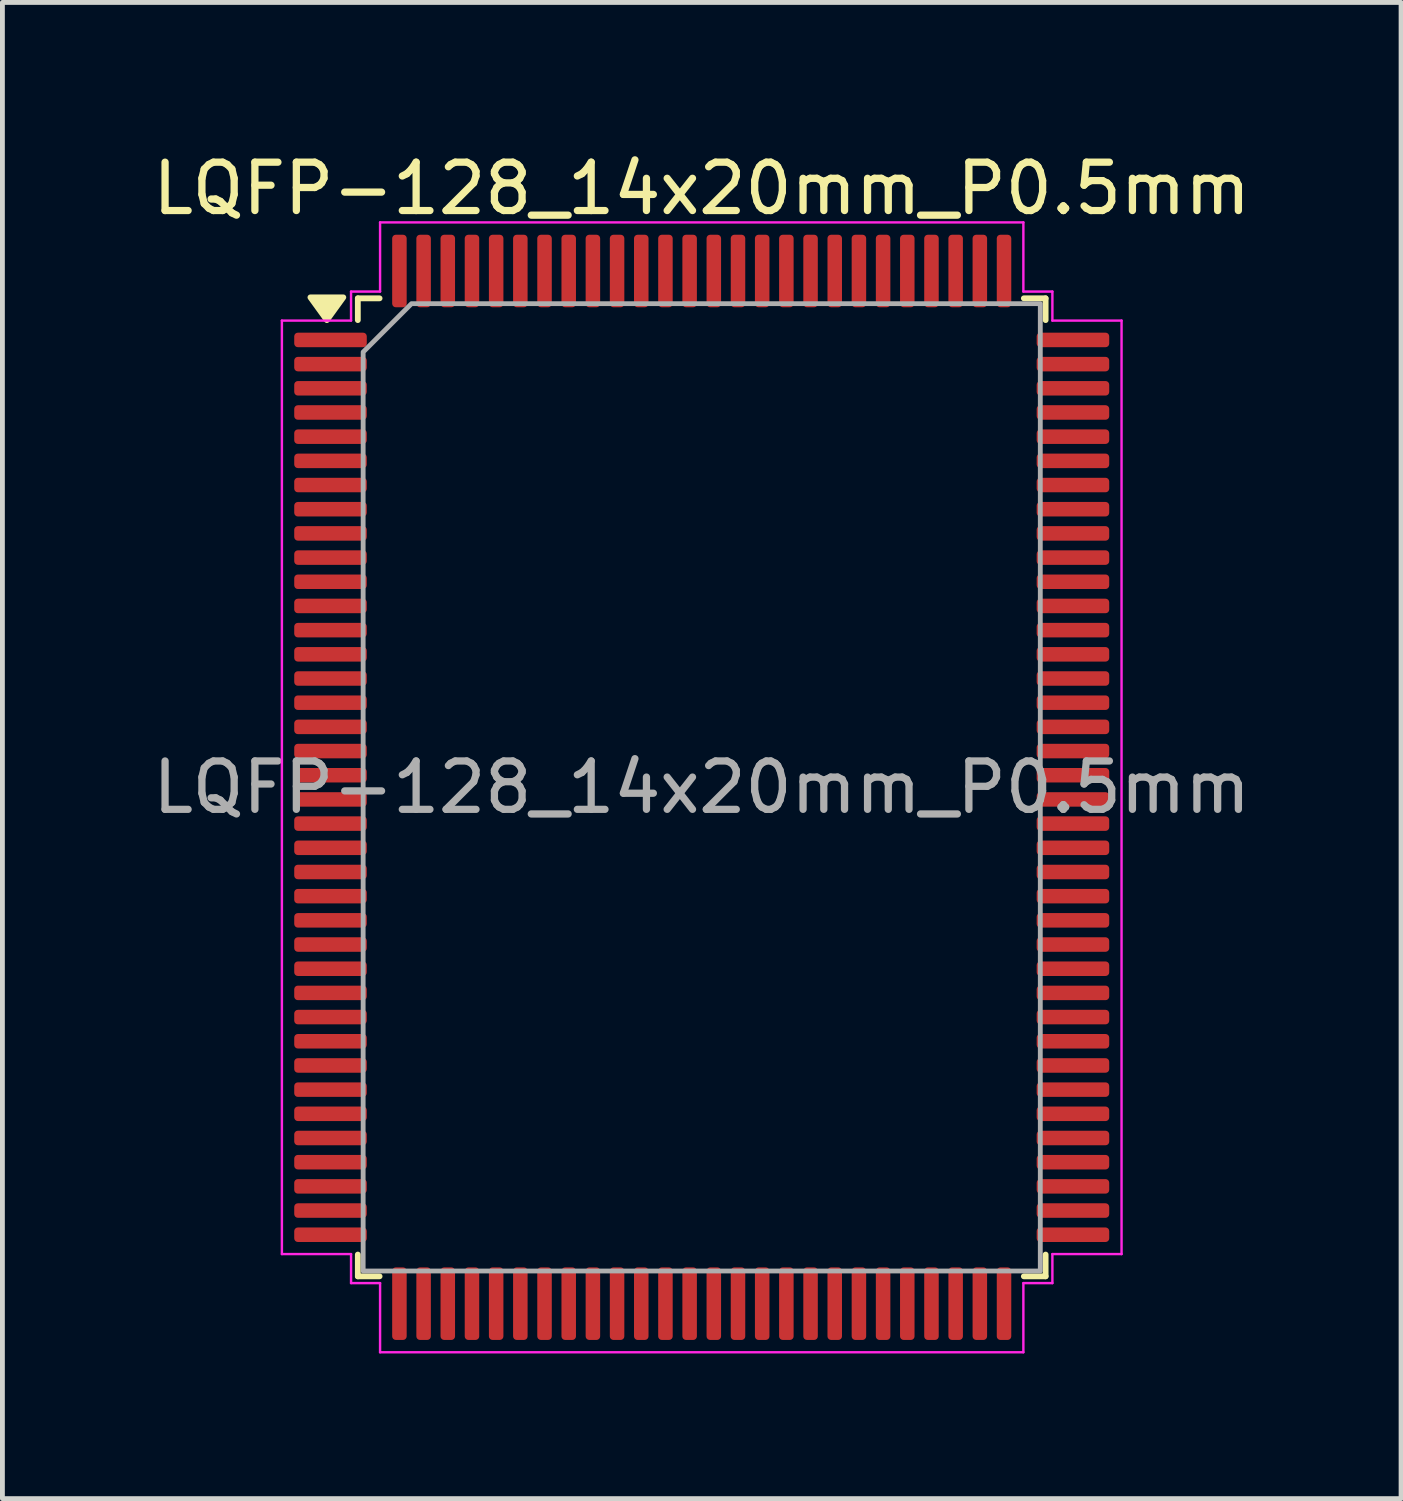
<source format=kicad_pcb>
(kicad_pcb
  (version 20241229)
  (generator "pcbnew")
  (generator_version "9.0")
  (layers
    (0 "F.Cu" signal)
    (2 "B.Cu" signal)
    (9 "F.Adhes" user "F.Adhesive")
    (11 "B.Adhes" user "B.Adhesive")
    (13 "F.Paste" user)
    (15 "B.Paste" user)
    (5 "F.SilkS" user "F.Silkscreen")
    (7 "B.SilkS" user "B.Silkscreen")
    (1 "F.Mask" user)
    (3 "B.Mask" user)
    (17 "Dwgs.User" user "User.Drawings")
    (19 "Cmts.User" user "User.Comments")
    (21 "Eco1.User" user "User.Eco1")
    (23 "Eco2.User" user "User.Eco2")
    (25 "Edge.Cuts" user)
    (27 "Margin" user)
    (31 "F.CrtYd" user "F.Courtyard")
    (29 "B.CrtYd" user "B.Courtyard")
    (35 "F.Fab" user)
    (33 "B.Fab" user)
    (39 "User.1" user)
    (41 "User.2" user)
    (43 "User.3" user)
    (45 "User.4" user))
  (footprint "LQFP-128_14x20mm_P0.5mm"
    (layer "F.Cu")
    (at 11.458 13.228)
    (property "Reference" "LQFP-128_14x20mm_P0.5mm" (at 0 -12.38 0) (layer "F.SilkS") (effects (font (size 1 1) (thickness 0.15))))
    (attr smd)
    (fp_line (start -7.11 -10.11) (end -6.66 -10.11) (stroke (width 0.12) (type solid)) (layer "F.SilkS"))
    (fp_line (start -7.11 -9.66) (end -7.11 -10.11) (stroke (width 0.12) (type solid)) (layer "F.SilkS"))
    (fp_line (start -7.11 10.11) (end -7.11 9.66) (stroke (width 0.12) (type solid)) (layer "F.SilkS"))
    (fp_line (start -6.66 10.11) (end -7.11 10.11) (stroke (width 0.12) (type solid)) (layer "F.SilkS"))
    (fp_line (start 6.66 -10.11) (end 7.11 -10.11) (stroke (width 0.12) (type solid)) (layer "F.SilkS"))
    (fp_line (start 7.11 -10.11) (end 7.11 -9.66) (stroke (width 0.12) (type solid)) (layer "F.SilkS"))
    (fp_line (start 7.11 9.66) (end 7.11 10.11) (stroke (width 0.12) (type solid)) (layer "F.SilkS"))
    (fp_line (start 7.11 10.11) (end 6.66 10.11) (stroke (width 0.12) (type solid)) (layer "F.SilkS"))
    (fp_poly (pts (xy -7.75 -9.66) (xy -8.09 -10.13) (xy -7.41 -10.13)) (stroke (width 0.12) (type solid)) (fill yes) (layer "F.SilkS"))
    (fp_line (start -8.68 -9.65) (end -7.25 -9.65) (stroke (width 0.05) (type solid)) (layer "F.CrtYd"))
    (fp_line (start -8.68 9.65) (end -8.68 -9.65) (stroke (width 0.05) (type solid)) (layer "F.CrtYd"))
    (fp_line (start -7.25 -10.25) (end -6.65 -10.25) (stroke (width 0.05) (type solid)) (layer "F.CrtYd"))
    (fp_line (start -7.25 -9.65) (end -7.25 -10.25) (stroke (width 0.05) (type solid)) (layer "F.CrtYd"))
    (fp_line (start -7.25 9.65) (end -8.68 9.65) (stroke (width 0.05) (type solid)) (layer "F.CrtYd"))
    (fp_line (start -7.25 10.25) (end -7.25 9.65) (stroke (width 0.05) (type solid)) (layer "F.CrtYd"))
    (fp_line (start -6.65 -11.68) (end 6.65 -11.68) (stroke (width 0.05) (type solid)) (layer "F.CrtYd"))
    (fp_line (start -6.65 -10.25) (end -6.65 -11.68) (stroke (width 0.05) (type solid)) (layer "F.CrtYd"))
    (fp_line (start -6.65 10.25) (end -7.25 10.25) (stroke (width 0.05) (type solid)) (layer "F.CrtYd"))
    (fp_line (start -6.65 11.68) (end -6.65 10.25) (stroke (width 0.05) (type solid)) (layer "F.CrtYd"))
    (fp_line (start 6.65 -11.68) (end 6.65 -10.25) (stroke (width 0.05) (type solid)) (layer "F.CrtYd"))
    (fp_line (start 6.65 -10.25) (end 7.25 -10.25) (stroke (width 0.05) (type solid)) (layer "F.CrtYd"))
    (fp_line (start 6.65 10.25) (end 6.65 11.68) (stroke (width 0.05) (type solid)) (layer "F.CrtYd"))
    (fp_line (start 6.65 11.68) (end -6.65 11.68) (stroke (width 0.05) (type solid)) (layer "F.CrtYd"))
    (fp_line (start 7.25 -10.25) (end 7.25 -9.65) (stroke (width 0.05) (type solid)) (layer "F.CrtYd"))
    (fp_line (start 7.25 -9.65) (end 8.68 -9.65) (stroke (width 0.05) (type solid)) (layer "F.CrtYd"))
    (fp_line (start 7.25 9.65) (end 7.25 10.25) (stroke (width 0.05) (type solid)) (layer "F.CrtYd"))
    (fp_line (start 7.25 10.25) (end 6.65 10.25) (stroke (width 0.05) (type solid)) (layer "F.CrtYd"))
    (fp_line (start 8.68 -9.65) (end 8.68 9.65) (stroke (width 0.05) (type solid)) (layer "F.CrtYd"))
    (fp_line (start 8.68 9.65) (end 7.25 9.65) (stroke (width 0.05) (type solid)) (layer "F.CrtYd"))
    (fp_poly (pts (xy -7 -9) (xy -7 10) (xy 7 10) (xy 7 -10) (xy -6 -10)) (stroke (width 0.1) (type solid)) (fill no) (layer "F.Fab"))
    (fp_text user "${REFERENCE}" (at 0 0 0) (layer "F.Fab") (effects (font (size 1 1) (thickness 0.15))))
    (pad "1" smd roundrect (at -7.675 -9.25) (size 1.5 0.3) (layers "F.Cu" "F.Mask" "F.Paste") (roundrect_rratio 0.25))
    (pad "2" smd roundrect (at -7.675 -8.75) (size 1.5 0.3) (layers "F.Cu" "F.Mask" "F.Paste") (roundrect_rratio 0.25))
    (pad "3" smd roundrect (at -7.675 -8.25) (size 1.5 0.3) (layers "F.Cu" "F.Mask" "F.Paste") (roundrect_rratio 0.25))
    (pad "4" smd roundrect (at -7.675 -7.75) (size 1.5 0.3) (layers "F.Cu" "F.Mask" "F.Paste") (roundrect_rratio 0.25))
    (pad "5" smd roundrect (at -7.675 -7.25) (size 1.5 0.3) (layers "F.Cu" "F.Mask" "F.Paste") (roundrect_rratio 0.25))
    (pad "6" smd roundrect (at -7.675 -6.75) (size 1.5 0.3) (layers "F.Cu" "F.Mask" "F.Paste") (roundrect_rratio 0.25))
    (pad "7" smd roundrect (at -7.675 -6.25) (size 1.5 0.3) (layers "F.Cu" "F.Mask" "F.Paste") (roundrect_rratio 0.25))
    (pad "8" smd roundrect (at -7.675 -5.75) (size 1.5 0.3) (layers "F.Cu" "F.Mask" "F.Paste") (roundrect_rratio 0.25))
    (pad "9" smd roundrect (at -7.675 -5.25) (size 1.5 0.3) (layers "F.Cu" "F.Mask" "F.Paste") (roundrect_rratio 0.25))
    (pad "10" smd roundrect (at -7.675 -4.75) (size 1.5 0.3) (layers "F.Cu" "F.Mask" "F.Paste") (roundrect_rratio 0.25))
    (pad "11" smd roundrect (at -7.675 -4.25) (size 1.5 0.3) (layers "F.Cu" "F.Mask" "F.Paste") (roundrect_rratio 0.25))
    (pad "12" smd roundrect (at -7.675 -3.75) (size 1.5 0.3) (layers "F.Cu" "F.Mask" "F.Paste") (roundrect_rratio 0.25))
    (pad "13" smd roundrect (at -7.675 -3.25) (size 1.5 0.3) (layers "F.Cu" "F.Mask" "F.Paste") (roundrect_rratio 0.25))
    (pad "14" smd roundrect (at -7.675 -2.75) (size 1.5 0.3) (layers "F.Cu" "F.Mask" "F.Paste") (roundrect_rratio 0.25))
    (pad "15" smd roundrect (at -7.675 -2.25) (size 1.5 0.3) (layers "F.Cu" "F.Mask" "F.Paste") (roundrect_rratio 0.25))
    (pad "16" smd roundrect (at -7.675 -1.75) (size 1.5 0.3) (layers "F.Cu" "F.Mask" "F.Paste") (roundrect_rratio 0.25))
    (pad "17" smd roundrect (at -7.675 -1.25) (size 1.5 0.3) (layers "F.Cu" "F.Mask" "F.Paste") (roundrect_rratio 0.25))
    (pad "18" smd roundrect (at -7.675 -0.75) (size 1.5 0.3) (layers "F.Cu" "F.Mask" "F.Paste") (roundrect_rratio 0.25))
    (pad "19" smd roundrect (at -7.675 -0.25) (size 1.5 0.3) (layers "F.Cu" "F.Mask" "F.Paste") (roundrect_rratio 0.25))
    (pad "20" smd roundrect (at -7.675 0.25) (size 1.5 0.3) (layers "F.Cu" "F.Mask" "F.Paste") (roundrect_rratio 0.25))
    (pad "21" smd roundrect (at -7.675 0.75) (size 1.5 0.3) (layers "F.Cu" "F.Mask" "F.Paste") (roundrect_rratio 0.25))
    (pad "22" smd roundrect (at -7.675 1.25) (size 1.5 0.3) (layers "F.Cu" "F.Mask" "F.Paste") (roundrect_rratio 0.25))
    (pad "23" smd roundrect (at -7.675 1.75) (size 1.5 0.3) (layers "F.Cu" "F.Mask" "F.Paste") (roundrect_rratio 0.25))
    (pad "24" smd roundrect (at -7.675 2.25) (size 1.5 0.3) (layers "F.Cu" "F.Mask" "F.Paste") (roundrect_rratio 0.25))
    (pad "25" smd roundrect (at -7.675 2.75) (size 1.5 0.3) (layers "F.Cu" "F.Mask" "F.Paste") (roundrect_rratio 0.25))
    (pad "26" smd roundrect (at -7.675 3.25) (size 1.5 0.3) (layers "F.Cu" "F.Mask" "F.Paste") (roundrect_rratio 0.25))
    (pad "27" smd roundrect (at -7.675 3.75) (size 1.5 0.3) (layers "F.Cu" "F.Mask" "F.Paste") (roundrect_rratio 0.25))
    (pad "28" smd roundrect (at -7.675 4.25) (size 1.5 0.3) (layers "F.Cu" "F.Mask" "F.Paste") (roundrect_rratio 0.25))
    (pad "29" smd roundrect (at -7.675 4.75) (size 1.5 0.3) (layers "F.Cu" "F.Mask" "F.Paste") (roundrect_rratio 0.25))
    (pad "30" smd roundrect (at -7.675 5.25) (size 1.5 0.3) (layers "F.Cu" "F.Mask" "F.Paste") (roundrect_rratio 0.25))
    (pad "31" smd roundrect (at -7.675 5.75) (size 1.5 0.3) (layers "F.Cu" "F.Mask" "F.Paste") (roundrect_rratio 0.25))
    (pad "32" smd roundrect (at -7.675 6.25) (size 1.5 0.3) (layers "F.Cu" "F.Mask" "F.Paste") (roundrect_rratio 0.25))
    (pad "33" smd roundrect (at -7.675 6.75) (size 1.5 0.3) (layers "F.Cu" "F.Mask" "F.Paste") (roundrect_rratio 0.25))
    (pad "34" smd roundrect (at -7.675 7.25) (size 1.5 0.3) (layers "F.Cu" "F.Mask" "F.Paste") (roundrect_rratio 0.25))
    (pad "35" smd roundrect (at -7.675 7.75) (size 1.5 0.3) (layers "F.Cu" "F.Mask" "F.Paste") (roundrect_rratio 0.25))
    (pad "36" smd roundrect (at -7.675 8.25) (size 1.5 0.3) (layers "F.Cu" "F.Mask" "F.Paste") (roundrect_rratio 0.25))
    (pad "37" smd roundrect (at -7.675 8.75) (size 1.5 0.3) (layers "F.Cu" "F.Mask" "F.Paste") (roundrect_rratio 0.25))
    (pad "38" smd roundrect (at -7.675 9.25) (size 1.5 0.3) (layers "F.Cu" "F.Mask" "F.Paste") (roundrect_rratio 0.25))
    (pad "39" smd roundrect (at -6.25 10.675) (size 0.3 1.5) (layers "F.Cu" "F.Mask" "F.Paste") (roundrect_rratio 0.25))
    (pad "40" smd roundrect (at -5.75 10.675) (size 0.3 1.5) (layers "F.Cu" "F.Mask" "F.Paste") (roundrect_rratio 0.25))
    (pad "41" smd roundrect (at -5.25 10.675) (size 0.3 1.5) (layers "F.Cu" "F.Mask" "F.Paste") (roundrect_rratio 0.25))
    (pad "42" smd roundrect (at -4.75 10.675) (size 0.3 1.5) (layers "F.Cu" "F.Mask" "F.Paste") (roundrect_rratio 0.25))
    (pad "43" smd roundrect (at -4.25 10.675) (size 0.3 1.5) (layers "F.Cu" "F.Mask" "F.Paste") (roundrect_rratio 0.25))
    (pad "44" smd roundrect (at -3.75 10.675) (size 0.3 1.5) (layers "F.Cu" "F.Mask" "F.Paste") (roundrect_rratio 0.25))
    (pad "45" smd roundrect (at -3.25 10.675) (size 0.3 1.5) (layers "F.Cu" "F.Mask" "F.Paste") (roundrect_rratio 0.25))
    (pad "46" smd roundrect (at -2.75 10.675) (size 0.3 1.5) (layers "F.Cu" "F.Mask" "F.Paste") (roundrect_rratio 0.25))
    (pad "47" smd roundrect (at -2.25 10.675) (size 0.3 1.5) (layers "F.Cu" "F.Mask" "F.Paste") (roundrect_rratio 0.25))
    (pad "48" smd roundrect (at -1.75 10.675) (size 0.3 1.5) (layers "F.Cu" "F.Mask" "F.Paste") (roundrect_rratio 0.25))
    (pad "49" smd roundrect (at -1.25 10.675) (size 0.3 1.5) (layers "F.Cu" "F.Mask" "F.Paste") (roundrect_rratio 0.25))
    (pad "50" smd roundrect (at -0.75 10.675) (size 0.3 1.5) (layers "F.Cu" "F.Mask" "F.Paste") (roundrect_rratio 0.25))
    (pad "51" smd roundrect (at -0.25 10.675) (size 0.3 1.5) (layers "F.Cu" "F.Mask" "F.Paste") (roundrect_rratio 0.25))
    (pad "52" smd roundrect (at 0.25 10.675) (size 0.3 1.5) (layers "F.Cu" "F.Mask" "F.Paste") (roundrect_rratio 0.25))
    (pad "53" smd roundrect (at 0.75 10.675) (size 0.3 1.5) (layers "F.Cu" "F.Mask" "F.Paste") (roundrect_rratio 0.25))
    (pad "54" smd roundrect (at 1.25 10.675) (size 0.3 1.5) (layers "F.Cu" "F.Mask" "F.Paste") (roundrect_rratio 0.25))
    (pad "55" smd roundrect (at 1.75 10.675) (size 0.3 1.5) (layers "F.Cu" "F.Mask" "F.Paste") (roundrect_rratio 0.25))
    (pad "56" smd roundrect (at 2.25 10.675) (size 0.3 1.5) (layers "F.Cu" "F.Mask" "F.Paste") (roundrect_rratio 0.25))
    (pad "57" smd roundrect (at 2.75 10.675) (size 0.3 1.5) (layers "F.Cu" "F.Mask" "F.Paste") (roundrect_rratio 0.25))
    (pad "58" smd roundrect (at 3.25 10.675) (size 0.3 1.5) (layers "F.Cu" "F.Mask" "F.Paste") (roundrect_rratio 0.25))
    (pad "59" smd roundrect (at 3.75 10.675) (size 0.3 1.5) (layers "F.Cu" "F.Mask" "F.Paste") (roundrect_rratio 0.25))
    (pad "60" smd roundrect (at 4.25 10.675) (size 0.3 1.5) (layers "F.Cu" "F.Mask" "F.Paste") (roundrect_rratio 0.25))
    (pad "61" smd roundrect (at 4.75 10.675) (size 0.3 1.5) (layers "F.Cu" "F.Mask" "F.Paste") (roundrect_rratio 0.25))
    (pad "62" smd roundrect (at 5.25 10.675) (size 0.3 1.5) (layers "F.Cu" "F.Mask" "F.Paste") (roundrect_rratio 0.25))
    (pad "63" smd roundrect (at 5.75 10.675) (size 0.3 1.5) (layers "F.Cu" "F.Mask" "F.Paste") (roundrect_rratio 0.25))
    (pad "64" smd roundrect (at 6.25 10.675) (size 0.3 1.5) (layers "F.Cu" "F.Mask" "F.Paste") (roundrect_rratio 0.25))
    (pad "65" smd roundrect (at 7.675 9.25) (size 1.5 0.3) (layers "F.Cu" "F.Mask" "F.Paste") (roundrect_rratio 0.25))
    (pad "66" smd roundrect (at 7.675 8.75) (size 1.5 0.3) (layers "F.Cu" "F.Mask" "F.Paste") (roundrect_rratio 0.25))
    (pad "67" smd roundrect (at 7.675 8.25) (size 1.5 0.3) (layers "F.Cu" "F.Mask" "F.Paste") (roundrect_rratio 0.25))
    (pad "68" smd roundrect (at 7.675 7.75) (size 1.5 0.3) (layers "F.Cu" "F.Mask" "F.Paste") (roundrect_rratio 0.25))
    (pad "69" smd roundrect (at 7.675 7.25) (size 1.5 0.3) (layers "F.Cu" "F.Mask" "F.Paste") (roundrect_rratio 0.25))
    (pad "70" smd roundrect (at 7.675 6.75) (size 1.5 0.3) (layers "F.Cu" "F.Mask" "F.Paste") (roundrect_rratio 0.25))
    (pad "71" smd roundrect (at 7.675 6.25) (size 1.5 0.3) (layers "F.Cu" "F.Mask" "F.Paste") (roundrect_rratio 0.25))
    (pad "72" smd roundrect (at 7.675 5.75) (size 1.5 0.3) (layers "F.Cu" "F.Mask" "F.Paste") (roundrect_rratio 0.25))
    (pad "73" smd roundrect (at 7.675 5.25) (size 1.5 0.3) (layers "F.Cu" "F.Mask" "F.Paste") (roundrect_rratio 0.25))
    (pad "74" smd roundrect (at 7.675 4.75) (size 1.5 0.3) (layers "F.Cu" "F.Mask" "F.Paste") (roundrect_rratio 0.25))
    (pad "75" smd roundrect (at 7.675 4.25) (size 1.5 0.3) (layers "F.Cu" "F.Mask" "F.Paste") (roundrect_rratio 0.25))
    (pad "76" smd roundrect (at 7.675 3.75) (size 1.5 0.3) (layers "F.Cu" "F.Mask" "F.Paste") (roundrect_rratio 0.25))
    (pad "77" smd roundrect (at 7.675 3.25) (size 1.5 0.3) (layers "F.Cu" "F.Mask" "F.Paste") (roundrect_rratio 0.25))
    (pad "78" smd roundrect (at 7.675 2.75) (size 1.5 0.3) (layers "F.Cu" "F.Mask" "F.Paste") (roundrect_rratio 0.25))
    (pad "79" smd roundrect (at 7.675 2.25) (size 1.5 0.3) (layers "F.Cu" "F.Mask" "F.Paste") (roundrect_rratio 0.25))
    (pad "80" smd roundrect (at 7.675 1.75) (size 1.5 0.3) (layers "F.Cu" "F.Mask" "F.Paste") (roundrect_rratio 0.25))
    (pad "81" smd roundrect (at 7.675 1.25) (size 1.5 0.3) (layers "F.Cu" "F.Mask" "F.Paste") (roundrect_rratio 0.25))
    (pad "82" smd roundrect (at 7.675 0.75) (size 1.5 0.3) (layers "F.Cu" "F.Mask" "F.Paste") (roundrect_rratio 0.25))
    (pad "83" smd roundrect (at 7.675 0.25) (size 1.5 0.3) (layers "F.Cu" "F.Mask" "F.Paste") (roundrect_rratio 0.25))
    (pad "84" smd roundrect (at 7.675 -0.25) (size 1.5 0.3) (layers "F.Cu" "F.Mask" "F.Paste") (roundrect_rratio 0.25))
    (pad "85" smd roundrect (at 7.675 -0.75) (size 1.5 0.3) (layers "F.Cu" "F.Mask" "F.Paste") (roundrect_rratio 0.25))
    (pad "86" smd roundrect (at 7.675 -1.25) (size 1.5 0.3) (layers "F.Cu" "F.Mask" "F.Paste") (roundrect_rratio 0.25))
    (pad "87" smd roundrect (at 7.675 -1.75) (size 1.5 0.3) (layers "F.Cu" "F.Mask" "F.Paste") (roundrect_rratio 0.25))
    (pad "88" smd roundrect (at 7.675 -2.25) (size 1.5 0.3) (layers "F.Cu" "F.Mask" "F.Paste") (roundrect_rratio 0.25))
    (pad "89" smd roundrect (at 7.675 -2.75) (size 1.5 0.3) (layers "F.Cu" "F.Mask" "F.Paste") (roundrect_rratio 0.25))
    (pad "90" smd roundrect (at 7.675 -3.25) (size 1.5 0.3) (layers "F.Cu" "F.Mask" "F.Paste") (roundrect_rratio 0.25))
    (pad "91" smd roundrect (at 7.675 -3.75) (size 1.5 0.3) (layers "F.Cu" "F.Mask" "F.Paste") (roundrect_rratio 0.25))
    (pad "92" smd roundrect (at 7.675 -4.25) (size 1.5 0.3) (layers "F.Cu" "F.Mask" "F.Paste") (roundrect_rratio 0.25))
    (pad "93" smd roundrect (at 7.675 -4.75) (size 1.5 0.3) (layers "F.Cu" "F.Mask" "F.Paste") (roundrect_rratio 0.25))
    (pad "94" smd roundrect (at 7.675 -5.25) (size 1.5 0.3) (layers "F.Cu" "F.Mask" "F.Paste") (roundrect_rratio 0.25))
    (pad "95" smd roundrect (at 7.675 -5.75) (size 1.5 0.3) (layers "F.Cu" "F.Mask" "F.Paste") (roundrect_rratio 0.25))
    (pad "96" smd roundrect (at 7.675 -6.25) (size 1.5 0.3) (layers "F.Cu" "F.Mask" "F.Paste") (roundrect_rratio 0.25))
    (pad "97" smd roundrect (at 7.675 -6.75) (size 1.5 0.3) (layers "F.Cu" "F.Mask" "F.Paste") (roundrect_rratio 0.25))
    (pad "98" smd roundrect (at 7.675 -7.25) (size 1.5 0.3) (layers "F.Cu" "F.Mask" "F.Paste") (roundrect_rratio 0.25))
    (pad "99" smd roundrect (at 7.675 -7.75) (size 1.5 0.3) (layers "F.Cu" "F.Mask" "F.Paste") (roundrect_rratio 0.25))
    (pad "100" smd roundrect (at 7.675 -8.25) (size 1.5 0.3) (layers "F.Cu" "F.Mask" "F.Paste") (roundrect_rratio 0.25))
    (pad "101" smd roundrect (at 7.675 -8.75) (size 1.5 0.3) (layers "F.Cu" "F.Mask" "F.Paste") (roundrect_rratio 0.25))
    (pad "102" smd roundrect (at 7.675 -9.25) (size 1.5 0.3) (layers "F.Cu" "F.Mask" "F.Paste") (roundrect_rratio 0.25))
    (pad "103" smd roundrect (at 6.25 -10.675) (size 0.3 1.5) (layers "F.Cu" "F.Mask" "F.Paste") (roundrect_rratio 0.25))
    (pad "104" smd roundrect (at 5.75 -10.675) (size 0.3 1.5) (layers "F.Cu" "F.Mask" "F.Paste") (roundrect_rratio 0.25))
    (pad "105" smd roundrect (at 5.25 -10.675) (size 0.3 1.5) (layers "F.Cu" "F.Mask" "F.Paste") (roundrect_rratio 0.25))
    (pad "106" smd roundrect (at 4.75 -10.675) (size 0.3 1.5) (layers "F.Cu" "F.Mask" "F.Paste") (roundrect_rratio 0.25))
    (pad "107" smd roundrect (at 4.25 -10.675) (size 0.3 1.5) (layers "F.Cu" "F.Mask" "F.Paste") (roundrect_rratio 0.25))
    (pad "108" smd roundrect (at 3.75 -10.675) (size 0.3 1.5) (layers "F.Cu" "F.Mask" "F.Paste") (roundrect_rratio 0.25))
    (pad "109" smd roundrect (at 3.25 -10.675) (size 0.3 1.5) (layers "F.Cu" "F.Mask" "F.Paste") (roundrect_rratio 0.25))
    (pad "110" smd roundrect (at 2.75 -10.675) (size 0.3 1.5) (layers "F.Cu" "F.Mask" "F.Paste") (roundrect_rratio 0.25))
    (pad "111" smd roundrect (at 2.25 -10.675) (size 0.3 1.5) (layers "F.Cu" "F.Mask" "F.Paste") (roundrect_rratio 0.25))
    (pad "112" smd roundrect (at 1.75 -10.675) (size 0.3 1.5) (layers "F.Cu" "F.Mask" "F.Paste") (roundrect_rratio 0.25))
    (pad "113" smd roundrect (at 1.25 -10.675) (size 0.3 1.5) (layers "F.Cu" "F.Mask" "F.Paste") (roundrect_rratio 0.25))
    (pad "114" smd roundrect (at 0.75 -10.675) (size 0.3 1.5) (layers "F.Cu" "F.Mask" "F.Paste") (roundrect_rratio 0.25))
    (pad "115" smd roundrect (at 0.25 -10.675) (size 0.3 1.5) (layers "F.Cu" "F.Mask" "F.Paste") (roundrect_rratio 0.25))
    (pad "116" smd roundrect (at -0.25 -10.675) (size 0.3 1.5) (layers "F.Cu" "F.Mask" "F.Paste") (roundrect_rratio 0.25))
    (pad "117" smd roundrect (at -0.75 -10.675) (size 0.3 1.5) (layers "F.Cu" "F.Mask" "F.Paste") (roundrect_rratio 0.25))
    (pad "118" smd roundrect (at -1.25 -10.675) (size 0.3 1.5) (layers "F.Cu" "F.Mask" "F.Paste") (roundrect_rratio 0.25))
    (pad "119" smd roundrect (at -1.75 -10.675) (size 0.3 1.5) (layers "F.Cu" "F.Mask" "F.Paste") (roundrect_rratio 0.25))
    (pad "120" smd roundrect (at -2.25 -10.675) (size 0.3 1.5) (layers "F.Cu" "F.Mask" "F.Paste") (roundrect_rratio 0.25))
    (pad "121" smd roundrect (at -2.75 -10.675) (size 0.3 1.5) (layers "F.Cu" "F.Mask" "F.Paste") (roundrect_rratio 0.25))
    (pad "122" smd roundrect (at -3.25 -10.675) (size 0.3 1.5) (layers "F.Cu" "F.Mask" "F.Paste") (roundrect_rratio 0.25))
    (pad "123" smd roundrect (at -3.75 -10.675) (size 0.3 1.5) (layers "F.Cu" "F.Mask" "F.Paste") (roundrect_rratio 0.25))
    (pad "124" smd roundrect (at -4.25 -10.675) (size 0.3 1.5) (layers "F.Cu" "F.Mask" "F.Paste") (roundrect_rratio 0.25))
    (pad "125" smd roundrect (at -4.75 -10.675) (size 0.3 1.5) (layers "F.Cu" "F.Mask" "F.Paste") (roundrect_rratio 0.25))
    (pad "126" smd roundrect (at -5.25 -10.675) (size 0.3 1.5) (layers "F.Cu" "F.Mask" "F.Paste") (roundrect_rratio 0.25))
    (pad "127" smd roundrect (at -5.75 -10.675) (size 0.3 1.5) (layers "F.Cu" "F.Mask" "F.Paste") (roundrect_rratio 0.25))
    (pad "128" smd roundrect (at -6.25 -10.675) (size 0.3 1.5) (layers "F.Cu" "F.Mask" "F.Paste") (roundrect_rratio 0.25)))
  (gr_rect
    (start -3 -3)
    (end 25.917 27.933)
    (stroke (width 0.1) (type default))
    (fill no)
    (layer "Edge.Cuts")))
</source>
